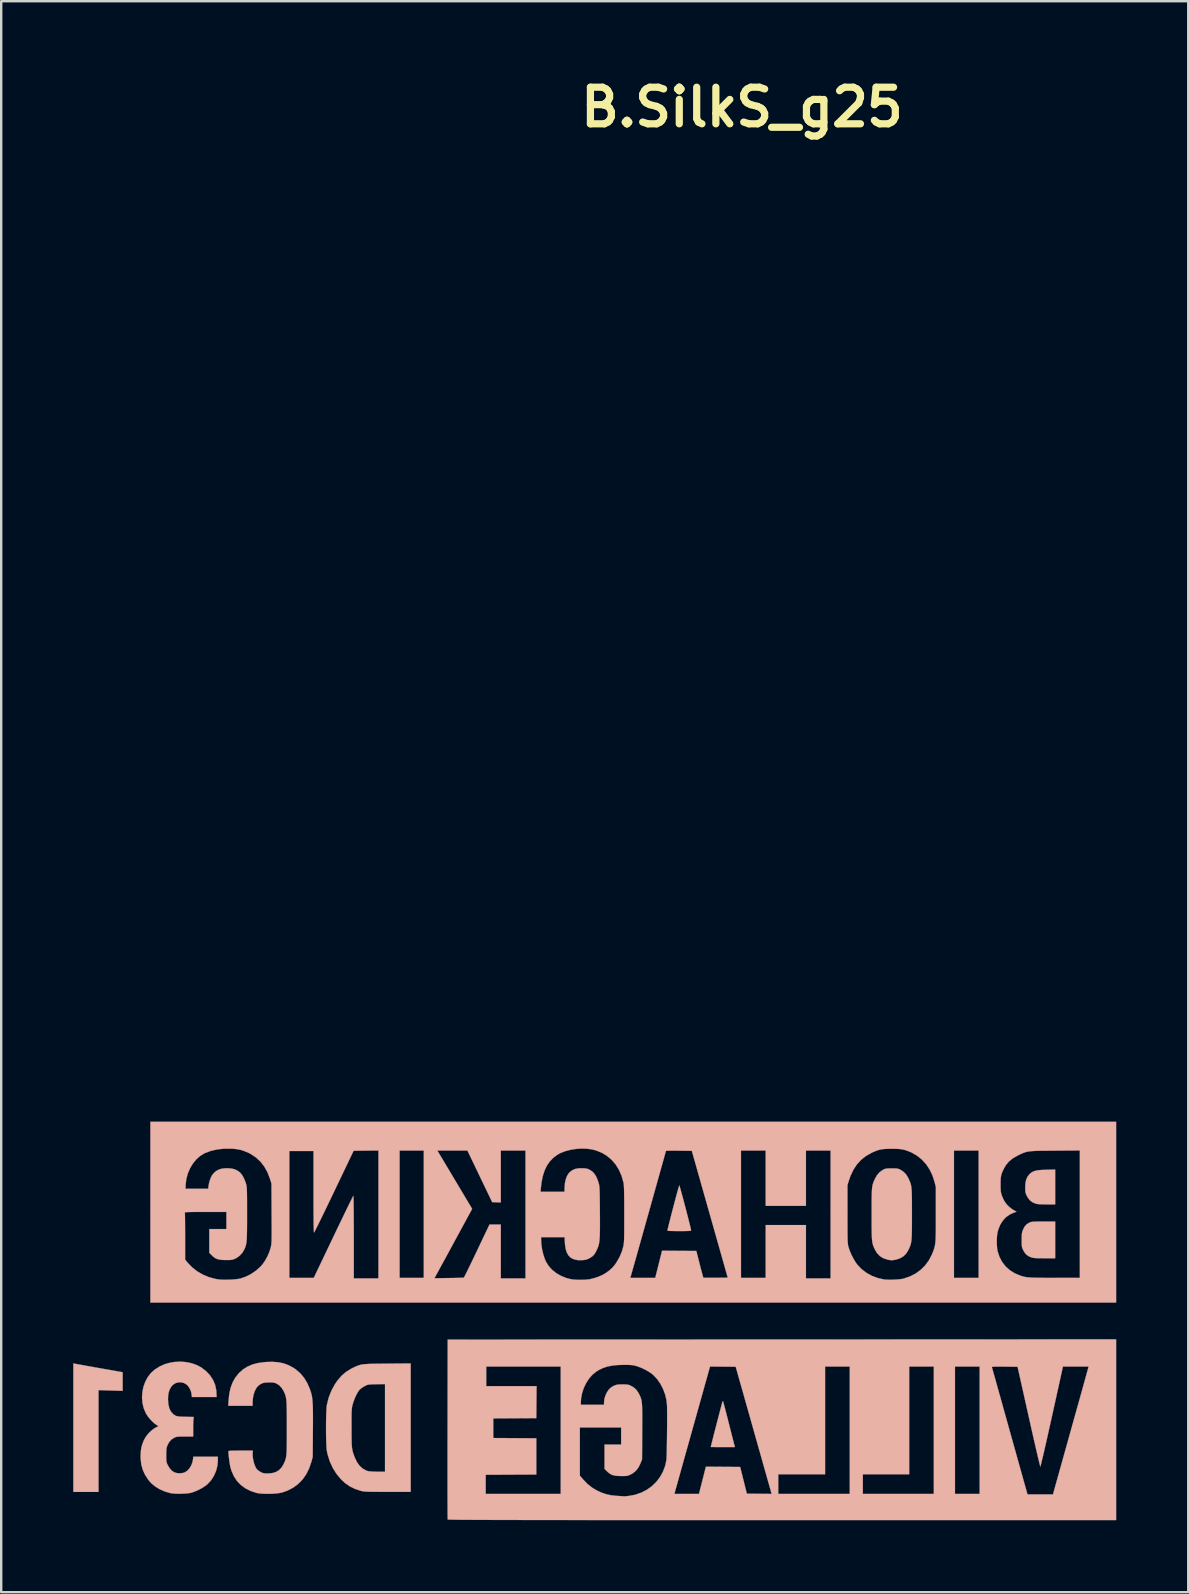
<source format=kicad_pcb>
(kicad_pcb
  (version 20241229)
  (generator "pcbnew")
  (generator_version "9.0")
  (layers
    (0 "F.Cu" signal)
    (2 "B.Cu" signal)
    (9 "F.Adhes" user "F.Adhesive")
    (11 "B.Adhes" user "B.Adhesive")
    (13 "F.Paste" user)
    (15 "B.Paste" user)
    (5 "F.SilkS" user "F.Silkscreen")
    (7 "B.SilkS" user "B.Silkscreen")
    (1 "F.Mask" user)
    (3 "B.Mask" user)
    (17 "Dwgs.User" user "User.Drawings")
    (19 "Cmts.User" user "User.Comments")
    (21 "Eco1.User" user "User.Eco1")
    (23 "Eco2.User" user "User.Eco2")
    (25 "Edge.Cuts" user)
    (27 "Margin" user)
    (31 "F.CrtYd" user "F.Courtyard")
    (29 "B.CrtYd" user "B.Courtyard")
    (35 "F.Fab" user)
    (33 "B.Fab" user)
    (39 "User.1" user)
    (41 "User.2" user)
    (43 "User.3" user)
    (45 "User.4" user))
  (footprint "B.SilkS_g25"
    (layer "F.Cu")
    (at 27.859 1.418)
    (property "Reference" "B.SilkS_g25" (at 0 0 0) (layer "F.SilkS") (effects (font (size 1.524 1.524) (thickness 0.3))))
    (attr through_hole)
    (fp_poly (pts (xy -27.807 52.337) (xy -27.777 52.343) (xy -27.71 52.355) (xy -27.611 52.373) (xy -27.483 52.396) (xy -27.331 52.424) (xy -27.158 52.454) (xy -26.971 52.488) (xy -26.779 52.522) (xy -25.799 52.696) (xy -25.799 53.47) (xy -26.302 53.455) (xy -26.805 53.439) (xy -26.805 57.68) (xy -27.854 57.68) (xy -27.854 52.327) (xy -27.807 52.337)) (stroke (width 0.01) (type solid)) (fill yes) (layer "B.SilkS"))
    (fp_poly (pts (xy 13.046 45.703) (xy 12.684 45.703) (xy 12.542 45.701) (xy 12.433 45.698) (xy 12.351 45.693) (xy 12.287 45.684) (xy 12.234 45.671) (xy 12.211 45.663) (xy 12.086 45.606) (xy 11.987 45.528) (xy 11.905 45.419) (xy 11.872 45.357) (xy 11.838 45.289) (xy 11.817 45.234) (xy 11.805 45.181) (xy 11.8 45.114) (xy 11.799 45.023) (xy 11.799 44.991) (xy 11.808 44.816) (xy 11.838 44.673) (xy 11.89 44.555) (xy 11.966 44.455) (xy 11.976 44.445) (xy 12.04 44.388) (xy 12.109 44.344) (xy 12.19 44.312) (xy 12.289 44.289) (xy 12.413 44.273) (xy 12.569 44.264) (xy 12.674 44.261) (xy 13.046 44.251) (xy 13.046 45.703)) (stroke (width 0.01) (type solid)) (fill yes) (layer "B.SilkS"))
    (fp_poly (pts (xy -0.788 53.906) (xy -0.782 53.927) (xy -0.766 53.986) (xy -0.742 54.076) (xy -0.71 54.196) (xy -0.673 54.339) (xy -0.631 54.504) (xy -0.584 54.684) (xy -0.539 54.864) (xy -0.297 55.813) (xy -0.799 55.813) (xy -0.939 55.813) (xy -1.064 55.812) (xy -1.168 55.811) (xy -1.246 55.81) (xy -1.291 55.809) (xy -1.3 55.808) (xy -1.295 55.783) (xy -1.28 55.723) (xy -1.258 55.632) (xy -1.228 55.516) (xy -1.194 55.379) (xy -1.155 55.227) (xy -1.113 55.064) (xy -1.069 54.895) (xy -1.025 54.725) (xy -0.982 54.559) (xy -0.941 54.401) (xy -0.903 54.257) (xy -0.87 54.132) (xy -0.843 54.03) (xy -0.823 53.956) (xy -0.811 53.915) (xy -0.809 53.909) (xy -0.789 53.905) (xy -0.788 53.906)) (stroke (width 0.01) (type solid)) (fill yes) (layer "B.SilkS"))
    (fp_poly (pts (xy 13.046 47.947) (xy 12.6 47.947) (xy 12.444 47.946) (xy 12.323 47.944) (xy 12.231 47.94) (xy 12.161 47.934) (xy 12.106 47.925) (xy 12.061 47.913) (xy 12.046 47.909) (xy 11.924 47.854) (xy 11.829 47.78) (xy 11.753 47.678) (xy 11.721 47.617) (xy 11.693 47.56) (xy 11.674 47.513) (xy 11.662 47.467) (xy 11.655 47.411) (xy 11.652 47.337) (xy 11.652 47.234) (xy 11.652 47.182) (xy 11.653 47.063) (xy 11.655 46.975) (xy 11.662 46.909) (xy 11.672 46.855) (xy 11.689 46.803) (xy 11.712 46.747) (xy 11.774 46.627) (xy 11.851 46.539) (xy 11.953 46.472) (xy 11.987 46.456) (xy 12.019 46.443) (xy 12.056 46.434) (xy 12.105 46.427) (xy 12.172 46.422) (xy 12.262 46.419) (xy 12.381 46.417) (xy 12.536 46.417) (xy 12.558 46.417) (xy 13.046 46.416) (xy 13.046 47.947)) (stroke (width 0.01) (type solid)) (fill yes) (layer "B.SilkS"))
    (fp_poly (pts (xy -2.603 44.934) (xy -2.586 44.99) (xy -2.561 45.077) (xy -2.529 45.191) (xy -2.493 45.325) (xy -2.452 45.475) (xy -2.409 45.637) (xy -2.365 45.804) (xy -2.321 45.973) (xy -2.278 46.139) (xy -2.238 46.296) (xy -2.201 46.44) (xy -2.17 46.566) (xy -2.145 46.668) (xy -2.128 46.743) (xy -2.12 46.784) (xy -2.119 46.789) (xy -2.128 46.797) (xy -2.159 46.804) (xy -2.215 46.809) (xy -2.3 46.812) (xy -2.419 46.814) (xy -2.575 46.815) (xy -2.611 46.815) (xy -2.75 46.814) (xy -2.874 46.812) (xy -2.977 46.81) (xy -3.053 46.806) (xy -3.097 46.802) (xy -3.105 46.799) (xy -3.101 46.77) (xy -3.087 46.706) (xy -3.065 46.613) (xy -3.036 46.495) (xy -3.001 46.357) (xy -2.962 46.204) (xy -2.92 46.041) (xy -2.876 45.873) (xy -2.832 45.704) (xy -2.788 45.54) (xy -2.747 45.384) (xy -2.709 45.243) (xy -2.675 45.121) (xy -2.647 45.023) (xy -2.626 44.953) (xy -2.614 44.917) (xy -2.611 44.913) (xy -2.603 44.934)) (stroke (width 0.01) (type solid)) (fill yes) (layer "B.SilkS"))
    (fp_poly (pts (xy 6.349 44.204) (xy 6.427 44.207) (xy 6.484 44.215) (xy 6.53 44.228) (xy 6.577 44.249) (xy 6.601 44.261) (xy 6.732 44.347) (xy 6.837 44.457) (xy 6.923 44.598) (xy 6.934 44.621) (xy 6.965 44.687) (xy 6.991 44.746) (xy 7.013 44.803) (xy 7.031 44.86) (xy 7.045 44.923) (xy 7.056 44.995) (xy 7.065 45.081) (xy 7.071 45.184) (xy 7.075 45.309) (xy 7.077 45.46) (xy 7.078 45.64) (xy 7.079 45.854) (xy 7.079 46.102) (xy 7.079 46.355) (xy 7.078 46.571) (xy 7.077 46.753) (xy 7.074 46.905) (xy 7.07 47.031) (xy 7.064 47.136) (xy 7.055 47.224) (xy 7.043 47.298) (xy 7.028 47.363) (xy 7.009 47.422) (xy 6.987 47.481) (xy 6.96 47.542) (xy 6.93 47.605) (xy 6.838 47.753) (xy 6.719 47.869) (xy 6.571 47.955) (xy 6.401 48.008) (xy 6.283 48.026) (xy 6.177 48.025) (xy 6.061 48.004) (xy 6.051 48.002) (xy 5.88 47.942) (xy 5.738 47.852) (xy 5.624 47.731) (xy 5.549 47.606) (xy 5.517 47.541) (xy 5.491 47.483) (xy 5.468 47.427) (xy 5.45 47.37) (xy 5.436 47.308) (xy 5.424 47.236) (xy 5.416 47.151) (xy 5.409 47.048) (xy 5.405 46.923) (xy 5.403 46.773) (xy 5.401 46.594) (xy 5.401 46.381) (xy 5.401 46.13) (xy 5.401 46.112) (xy 5.401 45.861) (xy 5.401 45.647) (xy 5.402 45.467) (xy 5.405 45.317) (xy 5.408 45.193) (xy 5.414 45.091) (xy 5.422 45.006) (xy 5.432 44.935) (xy 5.445 44.874) (xy 5.462 44.819) (xy 5.482 44.765) (xy 5.506 44.709) (xy 5.535 44.646) (xy 5.536 44.643) (xy 5.619 44.494) (xy 5.716 44.378) (xy 5.835 44.287) (xy 5.883 44.259) (xy 5.932 44.235) (xy 5.976 44.219) (xy 6.028 44.21) (xy 6.096 44.205) (xy 6.192 44.204) (xy 6.24 44.204) (xy 6.349 44.204)) (stroke (width 0.01) (type solid)) (fill yes) (layer "B.SilkS"))
    (fp_poly (pts (xy -13.801 57.68) (xy -14.761 57.678) (xy -14.99 57.678) (xy -15.182 57.677) (xy -15.34 57.676) (xy -15.469 57.674) (xy -15.572 57.672) (xy -15.654 57.668) (xy -15.719 57.664) (xy -15.771 57.658) (xy -15.815 57.651) (xy -15.854 57.642) (xy -15.867 57.639) (xy -16.117 57.557) (xy -16.338 57.449) (xy -16.536 57.311) (xy -16.697 57.162) (xy -16.888 56.934) (xy -17.047 56.68) (xy -17.173 56.404) (xy -17.264 56.111) (xy -17.294 55.963) (xy -17.304 55.882) (xy -17.312 55.766) (xy -17.318 55.621) (xy -17.323 55.454) (xy -17.326 55.272) (xy -17.327 55.08) (xy -17.327 54.95) (xy -16.265 54.95) (xy -16.265 55.005) (xy -16.265 55.223) (xy -16.264 55.404) (xy -16.262 55.554) (xy -16.258 55.677) (xy -16.252 55.78) (xy -16.242 55.867) (xy -16.229 55.943) (xy -16.212 56.014) (xy -16.19 56.085) (xy -16.163 56.162) (xy -16.13 56.249) (xy -16.129 56.25) (xy -16.04 56.438) (xy -15.931 56.591) (xy -15.803 56.708) (xy -15.658 56.788) (xy -15.587 56.812) (xy -15.527 56.822) (xy -15.436 56.83) (xy -15.323 56.836) (xy -15.198 56.839) (xy -15.18 56.839) (xy -14.871 56.841) (xy -14.871 53.188) (xy -15.223 53.195) (xy -15.352 53.197) (xy -15.448 53.201) (xy -15.519 53.206) (xy -15.572 53.214) (xy -15.617 53.226) (xy -15.661 53.245) (xy -15.713 53.27) (xy -15.713 53.27) (xy -15.798 53.319) (xy -15.879 53.378) (xy -15.931 53.425) (xy -15.996 53.513) (xy -16.063 53.632) (xy -16.127 53.771) (xy -16.183 53.921) (xy -16.217 54.03) (xy -16.229 54.077) (xy -16.239 54.121) (xy -16.248 54.167) (xy -16.254 54.22) (xy -16.258 54.285) (xy -16.262 54.365) (xy -16.264 54.467) (xy -16.265 54.595) (xy -16.265 54.755) (xy -16.265 54.95) (xy -17.327 54.95) (xy -17.327 54.886) (xy -17.325 54.697) (xy -17.321 54.518) (xy -17.316 54.357) (xy -17.308 54.22) (xy -17.3 54.113) (xy -17.293 54.06) (xy -17.219 53.759) (xy -17.106 53.468) (xy -16.957 53.193) (xy -16.847 53.034) (xy -16.683 52.843) (xy -16.501 52.685) (xy -16.291 52.554) (xy -16.224 52.52) (xy -16.144 52.482) (xy -16.073 52.449) (xy -16.008 52.422) (xy -15.944 52.4) (xy -15.876 52.383) (xy -15.8 52.369) (xy -15.712 52.359) (xy -15.607 52.352) (xy -15.48 52.346) (xy -15.328 52.343) (xy -15.145 52.34) (xy -14.928 52.338) (xy -14.771 52.336) (xy -13.801 52.328) (xy -13.801 57.68)) (stroke (width 0.01) (type solid)) (fill yes) (layer "B.SilkS"))
    (fp_poly (pts (xy -19.32 52.279) (xy -19.098 52.325) (xy -18.892 52.4) (xy -18.696 52.505) (xy -18.594 52.573) (xy -18.407 52.732) (xy -18.245 52.924) (xy -18.109 53.147) (xy -17.999 53.4) (xy -17.952 53.544) (xy -17.934 53.613) (xy -17.918 53.686) (xy -17.905 53.765) (xy -17.895 53.855) (xy -17.887 53.959) (xy -17.88 54.081) (xy -17.876 54.226) (xy -17.874 54.397) (xy -17.873 54.597) (xy -17.873 54.831) (xy -17.875 55.103) (xy -17.875 55.152) (xy -17.883 56.222) (xy -17.939 56.429) (xy -18.032 56.703) (xy -18.155 56.948) (xy -18.306 57.163) (xy -18.487 57.348) (xy -18.695 57.502) (xy -18.93 57.624) (xy -19.15 57.702) (xy -19.261 57.726) (xy -19.402 57.744) (xy -19.562 57.755) (xy -19.73 57.76) (xy -19.895 57.758) (xy -20.046 57.749) (xy -20.172 57.733) (xy -20.219 57.723) (xy -20.47 57.641) (xy -20.69 57.529) (xy -20.88 57.389) (xy -21.04 57.22) (xy -21.169 57.022) (xy -21.267 56.796) (xy -21.308 56.658) (xy -21.326 56.574) (xy -21.345 56.462) (xy -21.362 56.334) (xy -21.378 56.205) (xy -21.389 56.088) (xy -21.394 55.996) (xy -21.394 55.986) (xy -21.384 55.977) (xy -21.354 55.971) (xy -21.298 55.966) (xy -21.213 55.962) (xy -21.095 55.961) (xy -20.94 55.96) (xy -20.885 55.96) (xy -20.377 55.96) (xy -20.384 56.065) (xy -20.383 56.186) (xy -20.366 56.319) (xy -20.336 56.452) (xy -20.296 56.575) (xy -20.249 56.677) (xy -20.204 56.742) (xy -20.151 56.787) (xy -20.08 56.835) (xy -20.041 56.857) (xy -19.98 56.886) (xy -19.921 56.903) (xy -19.85 56.911) (xy -19.758 56.912) (xy -19.576 56.898) (xy -19.422 56.855) (xy -19.292 56.779) (xy -19.184 56.669) (xy -19.094 56.522) (xy -19.049 56.421) (xy -19.03 56.371) (xy -19.014 56.322) (xy -19 56.272) (xy -18.989 56.216) (xy -18.98 56.15) (xy -18.973 56.072) (xy -18.968 55.975) (xy -18.965 55.858) (xy -18.962 55.715) (xy -18.961 55.544) (xy -18.96 55.34) (xy -18.96 55.099) (xy -18.96 55.002) (xy -18.96 54.743) (xy -18.961 54.522) (xy -18.962 54.335) (xy -18.965 54.179) (xy -18.968 54.049) (xy -18.974 53.941) (xy -18.981 53.852) (xy -18.991 53.778) (xy -19.004 53.715) (xy -19.019 53.658) (xy -19.038 53.605) (xy -19.06 53.551) (xy -19.083 53.499) (xy -19.169 53.354) (xy -19.277 53.239) (xy -19.399 53.162) (xy -19.456 53.14) (xy -19.518 53.126) (xy -19.598 53.12) (xy -19.705 53.118) (xy -19.845 53.124) (xy -19.955 53.144) (xy -20.047 53.184) (xy -20.134 53.246) (xy -20.164 53.272) (xy -20.239 53.366) (xy -20.302 53.492) (xy -20.349 53.642) (xy -20.378 53.808) (xy -20.387 53.951) (xy -20.387 54.093) (xy -21.4 54.093) (xy -21.388 53.878) (xy -21.358 53.596) (xy -21.302 53.344) (xy -21.22 53.121) (xy -21.109 52.922) (xy -20.969 52.746) (xy -20.933 52.708) (xy -20.771 52.568) (xy -20.593 52.457) (xy -20.393 52.372) (xy -20.167 52.312) (xy -19.911 52.276) (xy -19.835 52.269) (xy -19.564 52.261) (xy -19.32 52.279)) (stroke (width 0.01) (type solid)) (fill yes) (layer "B.SilkS"))
    (fp_poly (pts (xy -23.146 52.274) (xy -22.913 52.324) (xy -22.699 52.402) (xy -22.518 52.5) (xy -22.323 52.651) (xy -22.162 52.821) (xy -22.038 53.01) (xy -21.95 53.214) (xy -21.902 53.432) (xy -21.893 53.55) (xy -21.887 53.726) (xy -22.915 53.726) (xy -22.927 53.609) (xy -22.955 53.488) (xy -23.008 53.368) (xy -23.078 53.265) (xy -23.13 53.213) (xy -23.242 53.145) (xy -23.364 53.114) (xy -23.488 53.117) (xy -23.606 53.153) (xy -23.71 53.222) (xy -23.785 53.311) (xy -23.845 53.422) (xy -23.884 53.539) (xy -23.905 53.673) (xy -23.911 53.824) (xy -23.897 54.025) (xy -23.857 54.195) (xy -23.789 54.333) (xy -23.695 54.439) (xy -23.61 54.497) (xy -23.572 54.514) (xy -23.532 54.527) (xy -23.48 54.536) (xy -23.409 54.542) (xy -23.312 54.547) (xy -23.181 54.551) (xy -23.179 54.551) (xy -22.836 54.559) (xy -22.849 54.654) (xy -22.854 54.709) (xy -22.858 54.796) (xy -22.861 54.904) (xy -22.862 55.022) (xy -22.862 55.061) (xy -22.862 55.372) (xy -23.203 55.373) (xy -23.333 55.373) (xy -23.429 55.375) (xy -23.499 55.38) (xy -23.551 55.387) (xy -23.594 55.399) (xy -23.636 55.416) (xy -23.649 55.422) (xy -23.768 55.498) (xy -23.863 55.606) (xy -23.935 55.743) (xy -23.955 55.799) (xy -23.969 55.853) (xy -23.978 55.916) (xy -23.982 55.996) (xy -23.984 56.106) (xy -23.984 56.148) (xy -23.984 56.266) (xy -23.981 56.351) (xy -23.975 56.413) (xy -23.964 56.463) (xy -23.947 56.509) (xy -23.93 56.548) (xy -23.851 56.683) (xy -23.758 56.79) (xy -23.655 56.861) (xy -23.643 56.866) (xy -23.53 56.898) (xy -23.402 56.905) (xy -23.278 56.888) (xy -23.215 56.867) (xy -23.11 56.799) (xy -23.017 56.699) (xy -22.941 56.574) (xy -22.89 56.434) (xy -22.87 56.332) (xy -22.857 56.211) (xy -21.834 56.211) (xy -21.834 56.376) (xy -21.854 56.595) (xy -21.91 56.809) (xy -21.999 57.012) (xy -22.117 57.196) (xy -22.262 57.354) (xy -22.347 57.423) (xy -22.473 57.506) (xy -22.62 57.586) (xy -22.773 57.656) (xy -22.914 57.707) (xy -22.936 57.713) (xy -23.034 57.732) (xy -23.163 57.746) (xy -23.309 57.754) (xy -23.461 57.757) (xy -23.606 57.753) (xy -23.733 57.743) (xy -23.816 57.73) (xy -24.047 57.662) (xy -24.261 57.567) (xy -24.454 57.447) (xy -24.619 57.308) (xy -24.738 57.168) (xy -24.87 56.96) (xy -24.963 56.754) (xy -25.022 56.54) (xy -25.049 56.31) (xy -25.052 56.201) (xy -25.045 56.011) (xy -25.023 55.847) (xy -24.982 55.694) (xy -24.92 55.537) (xy -24.903 55.502) (xy -24.822 55.366) (xy -24.714 55.232) (xy -24.588 55.112) (xy -24.458 55.019) (xy -24.428 55.003) (xy -24.306 54.938) (xy -24.398 54.884) (xy -24.486 54.82) (xy -24.583 54.729) (xy -24.68 54.623) (xy -24.767 54.51) (xy -24.834 54.403) (xy -24.837 54.397) (xy -24.923 54.192) (xy -24.974 53.975) (xy -24.993 53.752) (xy -24.979 53.527) (xy -24.935 53.308) (xy -24.861 53.1) (xy -24.76 52.908) (xy -24.631 52.737) (xy -24.476 52.594) (xy -24.447 52.573) (xy -24.247 52.449) (xy -24.041 52.358) (xy -23.818 52.296) (xy -23.629 52.266) (xy -23.387 52.254) (xy -23.146 52.274)) (stroke (width 0.01) (type solid)) (fill yes) (layer "B.SilkS"))
    (fp_poly (pts (xy 15.584 58.854) (xy 1.667 58.854) (xy 0.72 58.854) (xy -0.185 58.854) (xy -1.05 58.854) (xy -1.875 58.854) (xy -2.661 58.854) (xy -3.41 58.854) (xy -4.122 58.853) (xy -4.797 58.853) (xy -5.437 58.853) (xy -6.042 58.853) (xy -6.613 58.852) (xy -7.151 58.852) (xy -7.657 58.851) (xy -8.132 58.851) (xy -8.575 58.85) (xy -8.989 58.85) (xy -9.374 58.849) (xy -9.731 58.848) (xy -10.06 58.848) (xy -10.363 58.847) (xy -10.64 58.846) (xy -10.892 58.845) (xy -11.119 58.844) (xy -11.324 58.843) (xy -11.506 58.842) (xy -11.665 58.841) (xy -11.804 58.839) (xy -11.923 58.838) (xy -12.023 58.837) (xy -12.104 58.835) (xy -12.167 58.834) (xy -12.213 58.832) (xy -12.244 58.831) (xy -12.258 58.829) (xy -12.26 58.828) (xy -12.261 58.805) (xy -12.262 58.741) (xy -12.263 58.64) (xy -12.264 58.504) (xy -12.265 58.334) (xy -12.265 58.133) (xy -12.266 57.902) (xy -12.266 57.645) (xy -12.266 57.362) (xy -12.266 57.057) (xy -12.266 56.967) (xy -10.676 56.967) (xy -10.676 57.764) (xy -7.551 57.764) (xy -7.551 54.995) (xy -6.754 54.995) (xy -6.754 57.002) (xy -6.633 57.146) (xy -6.437 57.35) (xy -6.222 57.517) (xy -6.009 57.639) (xy -5.817 57.723) (xy -5.633 57.782) (xy -5.442 57.822) (xy -5.227 57.844) (xy -5.202 57.846) (xy -5.101 57.852) (xy -5.015 57.858) (xy -4.953 57.862) (xy -4.924 57.865) (xy -4.923 57.865) (xy -4.896 57.864) (xy -4.838 57.86) (xy -4.758 57.852) (xy -4.707 57.846) (xy -4.442 57.797) (xy -4.346 57.764) (xy -2.815 57.764) (xy -1.792 57.764) (xy -1.648 57.197) (xy -1.504 56.63) (xy -0.076 56.641) (xy 0.202 57.753) (xy 0.718 57.759) (xy 1.234 57.764) (xy 1.192 57.612) (xy 1.181 57.572) (xy 1.159 57.495) (xy 1.127 57.383) (xy 1.087 57.239) (xy 1.037 57.064) (xy 1.004 56.945) (xy 1.51 56.945) (xy 1.51 57.764) (xy 4.489 57.764) (xy 4.489 56.945) (xy 5.034 56.945) (xy 5.034 57.764) (xy 7.991 57.764) (xy 7.991 52.457) (xy 8.872 52.457) (xy 8.872 57.764) (xy 9.9 57.764) (xy 9.9 52.483) (xy 10.409 52.483) (xy 10.416 52.506) (xy 10.433 52.567) (xy 10.46 52.664) (xy 10.497 52.794) (xy 10.542 52.954) (xy 10.595 53.143) (xy 10.655 53.357) (xy 10.721 53.595) (xy 10.794 53.854) (xy 10.871 54.131) (xy 10.953 54.425) (xy 11.039 54.732) (xy 11.128 55.05) (xy 11.136 55.079) (xy 11.225 55.399) (xy 11.312 55.709) (xy 11.395 56.005) (xy 11.473 56.287) (xy 11.547 56.55) (xy 11.615 56.793) (xy 11.677 57.013) (xy 11.731 57.208) (xy 11.778 57.375) (xy 11.817 57.512) (xy 11.846 57.616) (xy 11.865 57.685) (xy 11.874 57.716) (xy 11.874 57.716) (xy 11.896 57.784) (xy 12.954 57.784) (xy 13.685 55.168) (xy 13.775 54.845) (xy 13.862 54.533) (xy 13.946 54.235) (xy 14.025 53.952) (xy 14.099 53.687) (xy 14.167 53.442) (xy 14.228 53.22) (xy 14.283 53.024) (xy 14.33 52.855) (xy 14.368 52.716) (xy 14.397 52.61) (xy 14.417 52.54) (xy 14.425 52.506) (xy 14.426 52.504) (xy 14.435 52.457) (xy 13.37 52.457) (xy 12.909 54.544) (xy 12.845 54.832) (xy 12.783 55.109) (xy 12.725 55.371) (xy 12.669 55.615) (xy 12.618 55.84) (xy 12.572 56.041) (xy 12.531 56.218) (xy 12.495 56.366) (xy 12.467 56.483) (xy 12.446 56.567) (xy 12.432 56.614) (xy 12.428 56.624) (xy 12.421 56.603) (xy 12.405 56.544) (xy 12.381 56.449) (xy 12.351 56.322) (xy 12.313 56.164) (xy 12.27 55.98) (xy 12.222 55.77) (xy 12.169 55.539) (xy 12.112 55.289) (xy 12.052 55.023) (xy 11.989 54.743) (xy 11.944 54.542) (xy 11.48 52.467) (xy 10.939 52.462) (xy 10.769 52.46) (xy 10.637 52.46) (xy 10.539 52.462) (xy 10.472 52.465) (xy 10.43 52.47) (xy 10.411 52.476) (xy 10.409 52.483) (xy 9.9 52.483) (xy 9.9 52.457) (xy 8.872 52.457) (xy 7.991 52.457) (xy 6.964 52.457) (xy 6.964 56.945) (xy 5.034 56.945) (xy 4.489 56.945) (xy 4.489 52.457) (xy 3.461 52.457) (xy 3.461 56.945) (xy 1.51 56.945) (xy 1.004 56.945) (xy 0.98 56.862) (xy 0.916 56.636) (xy 0.846 56.388) (xy 0.771 56.12) (xy 0.69 55.836) (xy 0.606 55.538) (xy 0.518 55.228) (xy 0.444 54.963) (xy -0.262 52.467) (xy -0.797 52.462) (xy -1.332 52.457) (xy -2.062 55.063) (xy -2.152 55.385) (xy -2.239 55.696) (xy -2.323 55.994) (xy -2.402 56.277) (xy -2.476 56.541) (xy -2.544 56.785) (xy -2.606 57.006) (xy -2.66 57.202) (xy -2.707 57.37) (xy -2.746 57.507) (xy -2.775 57.612) (xy -2.794 57.682) (xy -2.803 57.715) (xy -2.804 57.716) (xy -2.815 57.764) (xy -4.346 57.764) (xy -4.193 57.711) (xy -3.963 57.591) (xy -3.754 57.441) (xy -3.571 57.263) (xy -3.415 57.06) (xy -3.29 56.835) (xy -3.199 56.591) (xy -3.147 56.348) (xy -3.144 56.301) (xy -3.14 56.217) (xy -3.136 56.101) (xy -3.133 55.959) (xy -3.13 55.795) (xy -3.127 55.615) (xy -3.124 55.423) (xy -3.122 55.224) (xy -3.12 55.025) (xy -3.119 54.829) (xy -3.118 54.642) (xy -3.118 54.468) (xy -3.119 54.314) (xy -3.12 54.184) (xy -3.122 54.083) (xy -3.123 54.074) (xy -3.147 53.846) (xy -3.204 53.615) (xy -3.288 53.39) (xy -3.398 53.178) (xy -3.529 52.988) (xy -3.677 52.827) (xy -3.742 52.77) (xy -3.875 52.677) (xy -4.034 52.587) (xy -4.203 52.507) (xy -4.367 52.446) (xy -4.415 52.432) (xy -4.488 52.414) (xy -4.559 52.401) (xy -4.638 52.393) (xy -4.734 52.389) (xy -4.858 52.387) (xy -4.929 52.387) (xy -5.189 52.395) (xy -5.416 52.42) (xy -5.617 52.461) (xy -5.798 52.522) (xy -5.967 52.604) (xy -6.073 52.67) (xy -6.23 52.798) (xy -6.371 52.959) (xy -6.492 53.146) (xy -6.591 53.351) (xy -6.662 53.568) (xy -6.703 53.788) (xy -6.712 53.94) (xy -6.712 54.051) (xy -5.747 54.051) (xy -5.747 53.948) (xy -5.733 53.815) (xy -5.693 53.677) (xy -5.633 53.545) (xy -5.559 53.43) (xy -5.475 53.344) (xy -5.458 53.331) (xy -5.372 53.276) (xy -5.293 53.239) (xy -5.21 53.216) (xy -5.109 53.205) (xy -4.981 53.202) (xy -4.872 53.204) (xy -4.792 53.208) (xy -4.731 53.219) (xy -4.678 53.236) (xy -4.648 53.249) (xy -4.509 53.328) (xy -4.4 53.427) (xy -4.313 53.556) (xy -4.293 53.593) (xy -4.264 53.652) (xy -4.239 53.705) (xy -4.218 53.756) (xy -4.201 53.809) (xy -4.187 53.868) (xy -4.176 53.936) (xy -4.168 54.017) (xy -4.162 54.116) (xy -4.158 54.235) (xy -4.156 54.378) (xy -4.155 54.55) (xy -4.155 54.754) (xy -4.156 54.993) (xy -4.157 55.166) (xy -4.163 56.327) (xy -4.233 56.499) (xy -4.315 56.665) (xy -4.417 56.797) (xy -4.543 56.9) (xy -4.631 56.95) (xy -4.693 56.979) (xy -4.743 56.999) (xy -4.794 57.011) (xy -4.857 57.017) (xy -4.942 57.019) (xy -5.023 57.019) (xy -5.179 57.015) (xy -5.302 57.001) (xy -5.402 56.975) (xy -5.488 56.933) (xy -5.569 56.873) (xy -5.614 56.831) (xy -5.726 56.723) (xy -5.726 55.708) (xy -5.034 55.708) (xy -5.034 54.995) (xy -6.754 54.995) (xy -7.551 54.995) (xy -7.551 52.457) (xy -10.655 52.457) (xy -10.655 53.275) (xy -8.557 53.275) (xy -8.568 54.607) (xy -10.361 54.618) (xy -10.361 55.435) (xy -8.568 55.446) (xy -8.568 56.956) (xy -10.676 56.967) (xy -12.266 56.967) (xy -12.266 56.731) (xy -12.266 56.386) (xy -12.266 56.025) (xy -12.266 55.649) (xy -12.265 55.262) (xy -12.265 55.068) (xy -12.26 51.335) (xy 1.662 51.33) (xy 15.584 51.324) (xy 15.584 58.854)) (stroke (width 0.01) (type solid)) (fill yes) (layer "B.SilkS"))
    (fp_poly (pts (xy 15.584 49.793) (xy -24.645 49.793) (xy -24.645 46.051) (xy -23.211 46.051) (xy -23.21 46.051) (xy -23.208 46.078) (xy -23.205 46.143) (xy -23.203 46.241) (xy -23.201 46.368) (xy -23.2 46.52) (xy -23.199 46.692) (xy -23.198 46.879) (xy -23.198 47.043) (xy -23.198 48.002) (xy -23.082 48.143) (xy -22.901 48.33) (xy -22.691 48.493) (xy -22.455 48.629) (xy -22.202 48.735) (xy -21.935 48.807) (xy -21.814 48.828) (xy -21.696 48.839) (xy -21.553 48.843) (xy -21.397 48.841) (xy -21.239 48.834) (xy -21.091 48.822) (xy -20.964 48.806) (xy -20.885 48.789) (xy -20.667 48.713) (xy -20.451 48.603) (xy -20.249 48.465) (xy -20.07 48.308) (xy -19.969 48.194) (xy -19.864 48.043) (xy -19.768 47.867) (xy -19.688 47.683) (xy -19.633 47.506) (xy -19.632 47.501) (xy -19.623 47.461) (xy -19.615 47.422) (xy -19.608 47.38) (xy -19.603 47.332) (xy -19.599 47.274) (xy -19.596 47.202) (xy -19.594 47.113) (xy -19.593 47.003) (xy -19.592 46.868) (xy -19.592 46.705) (xy -19.593 46.51) (xy -19.594 46.28) (xy -19.595 46.075) (xy -19.601 44.833) (xy -19.66 44.644) (xy -19.762 44.375) (xy -19.893 44.137) (xy -20.052 43.93) (xy -20.239 43.754) (xy -20.453 43.609) (xy -20.576 43.546) (xy -20.734 43.48) (xy -18.856 43.48) (xy -18.856 48.765) (xy -18.347 48.765) (xy -17.839 48.765) (xy -17.023 47.056) (xy -16.903 46.805) (xy -16.788 46.565) (xy -16.679 46.339) (xy -16.578 46.13) (xy -16.486 45.939) (xy -16.403 45.77) (xy -16.333 45.626) (xy -16.274 45.509) (xy -16.23 45.421) (xy -16.202 45.366) (xy -16.19 45.347) (xy -16.189 45.347) (xy -16.187 45.367) (xy -16.184 45.427) (xy -16.181 45.522) (xy -16.179 45.65) (xy -16.177 45.808) (xy -16.175 45.993) (xy -16.174 46.202) (xy -16.173 46.431) (xy -16.172 46.678) (xy -16.171 46.94) (xy -16.171 47.067) (xy -16.171 48.786) (xy -15.144 48.786) (xy -15.144 48.779) (xy -12.814 48.779) (xy -12.212 48.771) (xy -12.056 48.769) (xy -11.915 48.766) (xy -11.791 48.763) (xy -11.693 48.761) (xy -11.624 48.758) (xy -11.59 48.756) (xy -11.588 48.756) (xy -11.576 48.736) (xy -11.547 48.682) (xy -11.504 48.597) (xy -11.447 48.483) (xy -11.38 48.345) (xy -11.302 48.186) (xy -11.217 48.01) (xy -11.125 47.818) (xy -11.043 47.646) (xy -10.519 46.542) (xy -10.047 46.542) (xy -10.047 48.786) (xy -9.019 48.786) (xy -9.019 45.179) (xy -8.392 45.179) (xy -7.393 45.179) (xy -7.39 44.995) (xy -7.375 44.816) (xy -7.339 44.652) (xy -7.284 44.511) (xy -7.212 44.399) (xy -7.183 44.368) (xy -7.076 44.284) (xy -6.957 44.229) (xy -6.817 44.201) (xy -6.65 44.197) (xy -6.649 44.197) (xy -6.548 44.203) (xy -6.474 44.213) (xy -6.416 44.229) (xy -6.357 44.256) (xy -6.338 44.266) (xy -6.236 44.334) (xy -6.152 44.421) (xy -6.081 44.532) (xy -6.018 44.673) (xy -5.974 44.805) (xy -5.964 44.841) (xy -5.955 44.876) (xy -5.948 44.915) (xy -5.942 44.962) (xy -5.937 45.019) (xy -5.933 45.092) (xy -5.93 45.184) (xy -5.927 45.299) (xy -5.925 45.44) (xy -5.923 45.613) (xy -5.921 45.821) (xy -5.92 46.011) (xy -5.918 46.28) (xy -5.918 46.511) (xy -5.918 46.707) (xy -5.921 46.874) (xy -5.925 47.013) (xy -5.932 47.131) (xy -5.941 47.229) (xy -5.953 47.313) (xy -5.969 47.386) (xy -5.988 47.452) (xy -6.011 47.514) (xy -6.038 47.578) (xy -6.048 47.598) (xy -6.108 47.716) (xy -6.167 47.803) (xy -6.236 47.87) (xy -6.323 47.928) (xy -6.357 47.947) (xy -6.432 47.983) (xy -6.5 48.006) (xy -6.577 48.019) (xy -6.669 48.026) (xy -6.848 48.024) (xy -7 47.992) (xy -7.124 47.93) (xy -7.222 47.838) (xy -7.296 47.713) (xy -7.346 47.554) (xy -7.374 47.361) (xy -7.378 47.292) (xy -7.388 47.067) (xy -8.369 47.067) (xy -8.369 47.167) (xy -8.357 47.373) (xy -8.325 47.589) (xy -8.274 47.801) (xy -8.209 47.993) (xy -8.167 48.086) (xy -8.056 48.266) (xy -7.91 48.428) (xy -7.735 48.568) (xy -7.533 48.684) (xy -7.312 48.772) (xy -7.132 48.818) (xy -7.01 48.835) (xy -6.86 48.844) (xy -6.697 48.846) (xy -6.534 48.84) (xy -6.386 48.827) (xy -6.323 48.817) (xy -6.121 48.765) (xy -4.654 48.765) (xy -3.614 48.765) (xy -3.472 48.199) (xy -3.329 47.632) (xy -2.616 47.638) (xy -1.902 47.643) (xy -1.762 48.194) (xy -1.725 48.34) (xy -1.69 48.472) (xy -1.66 48.585) (xy -1.636 48.673) (xy -1.619 48.732) (xy -1.611 48.755) (xy -1.611 48.756) (xy -1.588 48.758) (xy -1.529 48.76) (xy -1.439 48.762) (xy -1.326 48.762) (xy -1.194 48.762) (xy -1.096 48.761) (xy -0.593 48.755) (xy -1.342 46.112) (xy -2.091 43.469) (xy -2.629 43.464) (xy -2.774 43.463) (xy -2.905 43.463) (xy -3.015 43.464) (xy -3.099 43.465) (xy -3.151 43.468) (xy -3.167 43.471) (xy -3.173 43.492) (xy -3.189 43.55) (xy -3.215 43.643) (xy -3.249 43.768) (xy -3.292 43.921) (xy -3.342 44.1) (xy -3.399 44.302) (xy -3.461 44.524) (xy -3.528 44.763) (xy -3.599 45.016) (xy -3.673 45.281) (xy -3.749 45.554) (xy -3.827 45.832) (xy -3.906 46.113) (xy -3.985 46.393) (xy -4.063 46.67) (xy -4.139 46.941) (xy -4.212 47.202) (xy -4.282 47.452) (xy -4.348 47.686) (xy -4.409 47.903) (xy -4.464 48.099) (xy -4.513 48.271) (xy -4.554 48.416) (xy -4.587 48.532) (xy -4.61 48.616) (xy -4.624 48.664) (xy -4.625 48.666) (xy -4.654 48.765) (xy -6.121 48.765) (xy -6.067 48.752) (xy -5.823 48.648) (xy -5.682 48.567) (xy -5.532 48.46) (xy -5.41 48.351) (xy -5.302 48.225) (xy -5.233 48.126) (xy -5.097 47.891) (xy -4.997 47.646) (xy -4.948 47.472) (xy -4.939 47.431) (xy -4.931 47.39) (xy -4.924 47.346) (xy -4.919 47.295) (xy -4.914 47.234) (xy -4.911 47.157) (xy -4.909 47.063) (xy -4.907 46.946) (xy -4.906 46.803) (xy -4.905 46.63) (xy -4.905 46.425) (xy -4.905 46.181) (xy -4.905 46.113) (xy -4.905 45.851) (xy -4.906 45.626) (xy -4.907 45.437) (xy -4.909 45.279) (xy -4.911 45.149) (xy -4.914 45.044) (xy -4.918 44.96) (xy -4.923 44.894) (xy -4.928 44.842) (xy -4.935 44.801) (xy -4.937 44.791) (xy -5.015 44.515) (xy -5.124 44.265) (xy -5.262 44.042) (xy -5.427 43.849) (xy -5.618 43.686) (xy -5.834 43.555) (xy -6.071 43.459) (xy -0.042 43.459) (xy -0.042 48.765) (xy 0.986 48.765) (xy 0.986 46.563) (xy 2.664 46.563) (xy 2.664 48.786) (xy 3.691 48.786) (xy 3.691 44.896) (xy 4.394 44.896) (xy 4.394 46.112) (xy 4.394 46.369) (xy 4.395 46.587) (xy 4.395 46.771) (xy 4.396 46.923) (xy 4.397 47.048) (xy 4.399 47.15) (xy 4.402 47.231) (xy 4.406 47.296) (xy 4.41 47.347) (xy 4.416 47.39) (xy 4.423 47.426) (xy 4.432 47.461) (xy 4.442 47.497) (xy 4.492 47.645) (xy 4.562 47.807) (xy 4.644 47.967) (xy 4.732 48.113) (xy 4.809 48.22) (xy 4.984 48.401) (xy 5.187 48.556) (xy 5.415 48.681) (xy 5.663 48.773) (xy 5.904 48.828) (xy 5.999 48.837) (xy 6.12 48.841) (xy 6.256 48.84) (xy 6.397 48.835) (xy 6.53 48.826) (xy 6.643 48.813) (xy 6.722 48.798) (xy 6.99 48.707) (xy 7.231 48.585) (xy 7.445 48.43) (xy 7.631 48.245) (xy 7.788 48.029) (xy 7.916 47.783) (xy 7.974 47.633) (xy 7.996 47.57) (xy 8.014 47.511) (xy 8.029 47.452) (xy 8.042 47.389) (xy 8.052 47.319) (xy 8.06 47.238) (xy 8.066 47.141) (xy 8.07 47.024) (xy 8.073 46.884) (xy 8.075 46.717) (xy 8.076 46.518) (xy 8.076 46.284) (xy 8.076 46.102) (xy 8.076 44.979) (xy 8.023 44.769) (xy 7.936 44.499) (xy 7.818 44.252) (xy 7.671 44.031) (xy 7.497 43.839) (xy 7.298 43.677) (xy 7.077 43.549) (xy 6.988 43.509) (xy 6.872 43.465) (xy 6.853 43.459) (xy 8.83 43.459) (xy 8.83 48.765) (xy 9.858 48.765) (xy 9.858 47.279) (xy 10.614 47.279) (xy 10.619 47.427) (xy 10.63 47.559) (xy 10.647 47.652) (xy 10.725 47.889) (xy 10.837 48.101) (xy 10.981 48.286) (xy 11.155 48.443) (xy 11.36 48.572) (xy 11.592 48.67) (xy 11.599 48.672) (xy 11.659 48.691) (xy 11.716 48.708) (xy 11.772 48.721) (xy 11.833 48.733) (xy 11.901 48.741) (xy 11.983 48.748) (xy 12.08 48.754) (xy 12.199 48.757) (xy 12.342 48.76) (xy 12.514 48.762) (xy 12.719 48.763) (xy 12.961 48.763) (xy 13.009 48.763) (xy 14.074 48.765) (xy 14.074 43.457) (xy 13.041 43.464) (xy 12.792 43.466) (xy 12.581 43.468) (xy 12.403 43.47) (xy 12.253 43.474) (xy 12.129 43.48) (xy 12.024 43.488) (xy 11.936 43.5) (xy 11.858 43.515) (xy 11.788 43.534) (xy 11.721 43.558) (xy 11.652 43.588) (xy 11.576 43.623) (xy 11.491 43.665) (xy 11.474 43.674) (xy 11.281 43.785) (xy 11.124 43.912) (xy 10.999 44.06) (xy 10.924 44.185) (xy 10.867 44.299) (xy 10.826 44.395) (xy 10.799 44.485) (xy 10.782 44.581) (xy 10.774 44.692) (xy 10.772 44.831) (xy 10.772 44.875) (xy 10.773 45.001) (xy 10.776 45.096) (xy 10.782 45.169) (xy 10.793 45.229) (xy 10.809 45.288) (xy 10.827 45.342) (xy 10.865 45.434) (xy 10.909 45.528) (xy 10.949 45.598) (xy 11.029 45.703) (xy 11.132 45.807) (xy 11.242 45.895) (xy 11.333 45.951) (xy 11.388 45.98) (xy 11.424 46) (xy 11.431 46.006) (xy 11.413 46.016) (xy 11.366 46.034) (xy 11.321 46.049) (xy 11.147 46.128) (xy 10.992 46.241) (xy 10.859 46.386) (xy 10.752 46.56) (xy 10.674 46.758) (xy 10.643 46.874) (xy 10.626 46.989) (xy 10.616 47.129) (xy 10.614 47.279) (xy 9.858 47.279) (xy 9.858 43.459) (xy 8.83 43.459) (xy 6.853 43.459) (xy 6.769 43.432) (xy 6.669 43.41) (xy 6.562 43.396) (xy 6.437 43.388) (xy 6.283 43.386) (xy 6.24 43.386) (xy 6.066 43.388) (xy 5.924 43.396) (xy 5.802 43.411) (xy 5.691 43.437) (xy 5.58 43.475) (xy 5.458 43.527) (xy 5.38 43.564) (xy 5.154 43.694) (xy 4.956 43.852) (xy 4.785 44.04) (xy 4.641 44.259) (xy 4.522 44.511) (xy 4.453 44.707) (xy 4.394 44.896) (xy 3.691 44.896) (xy 3.691 43.459) (xy 2.664 43.459) (xy 2.664 45.766) (xy 0.986 45.766) (xy 0.986 43.459) (xy -0.042 43.459) (xy -6.071 43.459) (xy -6.072 43.458) (xy -6.245 43.413) (xy -6.46 43.383) (xy -6.689 43.377) (xy -6.922 43.393) (xy -7.152 43.431) (xy -7.368 43.488) (xy -7.562 43.564) (xy -7.687 43.632) (xy -7.86 43.762) (xy -8.007 43.914) (xy -8.129 44.091) (xy -8.226 44.296) (xy -8.3 44.53) (xy -8.353 44.797) (xy -8.379 45.027) (xy -8.392 45.179) (xy -9.019 45.179) (xy -9.019 43.459) (xy -10.047 43.459) (xy -10.047 45.621) (xy -10.226 45.615) (xy -10.406 45.609) (xy -11.439 43.459) (xy -12.694 43.459) (xy -12.664 43.506) (xy -12.649 43.532) (xy -12.613 43.591) (xy -12.56 43.679) (xy -12.491 43.794) (xy -12.409 43.933) (xy -12.314 44.091) (xy -12.209 44.267) (xy -12.096 44.456) (xy -11.976 44.657) (xy -11.938 44.721) (xy -11.241 45.889) (xy -11.968 47.228) (xy -12.088 47.449) (xy -12.204 47.663) (xy -12.313 47.864) (xy -12.415 48.051) (xy -12.507 48.219) (xy -12.587 48.366) (xy -12.653 48.488) (xy -12.705 48.583) (xy -12.74 48.646) (xy -12.754 48.673) (xy -12.814 48.779) (xy -15.144 48.779) (xy -15.144 43.459) (xy -14.263 43.459) (xy -14.263 48.765) (xy -13.256 48.765) (xy -13.256 43.459) (xy -14.263 43.459) (xy -15.144 43.459) (xy -15.144 43.458) (xy -16.178 43.469) (xy -16.99 45.167) (xy -17.11 45.418) (xy -17.225 45.657) (xy -17.334 45.883) (xy -17.435 46.092) (xy -17.528 46.282) (xy -17.61 46.451) (xy -17.681 46.595) (xy -17.74 46.712) (xy -17.784 46.799) (xy -17.813 46.854) (xy -17.825 46.873) (xy -17.83 46.863) (xy -17.834 46.829) (xy -17.837 46.769) (xy -17.84 46.68) (xy -17.843 46.562) (xy -17.845 46.413) (xy -17.847 46.23) (xy -17.848 46.013) (xy -17.849 45.758) (xy -17.849 45.465) (xy -17.849 45.181) (xy -17.849 43.48) (xy -18.856 43.48) (xy -20.734 43.48) (xy -20.738 43.478) (xy -20.89 43.431) (xy -21.047 43.401) (xy -21.227 43.383) (xy -21.269 43.381) (xy -21.573 43.382) (xy -21.861 43.413) (xy -22.127 43.474) (xy -22.367 43.565) (xy -22.401 43.58) (xy -22.576 43.689) (xy -22.736 43.832) (xy -22.876 44.004) (xy -22.993 44.199) (xy -23.084 44.411) (xy -23.145 44.635) (xy -23.172 44.848) (xy -23.183 45.053) (xy -22.237 45.053) (xy -22.223 44.943) (xy -22.201 44.818) (xy -22.164 44.689) (xy -22.119 44.571) (xy -22.071 44.48) (xy -22.068 44.477) (xy -21.966 44.359) (xy -21.842 44.274) (xy -21.693 44.22) (xy -21.517 44.197) (xy -21.398 44.197) (xy -21.245 44.213) (xy -21.118 44.247) (xy -21.005 44.304) (xy -20.914 44.372) (xy -20.85 44.443) (xy -20.784 44.545) (xy -20.724 44.667) (xy -20.675 44.798) (xy -20.661 44.843) (xy -20.652 44.879) (xy -20.643 44.916) (xy -20.637 44.956) (xy -20.631 45.004) (xy -20.627 45.064) (xy -20.624 45.139) (xy -20.622 45.234) (xy -20.62 45.351) (xy -20.619 45.496) (xy -20.618 45.671) (xy -20.618 45.882) (xy -20.618 46.101) (xy -20.618 46.359) (xy -20.619 46.579) (xy -20.62 46.765) (xy -20.623 46.92) (xy -20.626 47.049) (xy -20.631 47.155) (xy -20.638 47.243) (xy -20.648 47.316) (xy -20.659 47.377) (xy -20.674 47.432) (xy -20.691 47.483) (xy -20.712 47.535) (xy -20.731 47.577) (xy -20.815 47.72) (xy -20.93 47.845) (xy -21.066 47.941) (xy -21.106 47.96) (xy -21.165 47.987) (xy -21.217 48.004) (xy -21.272 48.014) (xy -21.342 48.019) (xy -21.438 48.021) (xy -21.488 48.021) (xy -21.644 48.017) (xy -21.768 48.003) (xy -21.868 47.977) (xy -21.953 47.935) (xy -22.033 47.875) (xy -22.08 47.83) (xy -22.191 47.719) (xy -22.191 46.731) (xy -21.478 46.731) (xy -21.478 46.018) (xy -22.35 46.018) (xy -22.566 46.018) (xy -22.742 46.018) (xy -22.885 46.019) (xy -22.995 46.021) (xy -23.079 46.023) (xy -23.139 46.026) (xy -23.178 46.031) (xy -23.201 46.036) (xy -23.21 46.043) (xy -23.211 46.051) (xy -24.645 46.051) (xy -24.645 42.263) (xy 15.584 42.263) (xy 15.584 49.793)) (stroke (width 0.01) (type solid)) (fill yes) (layer "B.SilkS")))
  (gr_rect
    (start -3 -3)
    (end 46.448 63.277)
    (stroke (width 0.1) (type default))
    (fill no)
    (layer "Edge.Cuts")))
</source>
